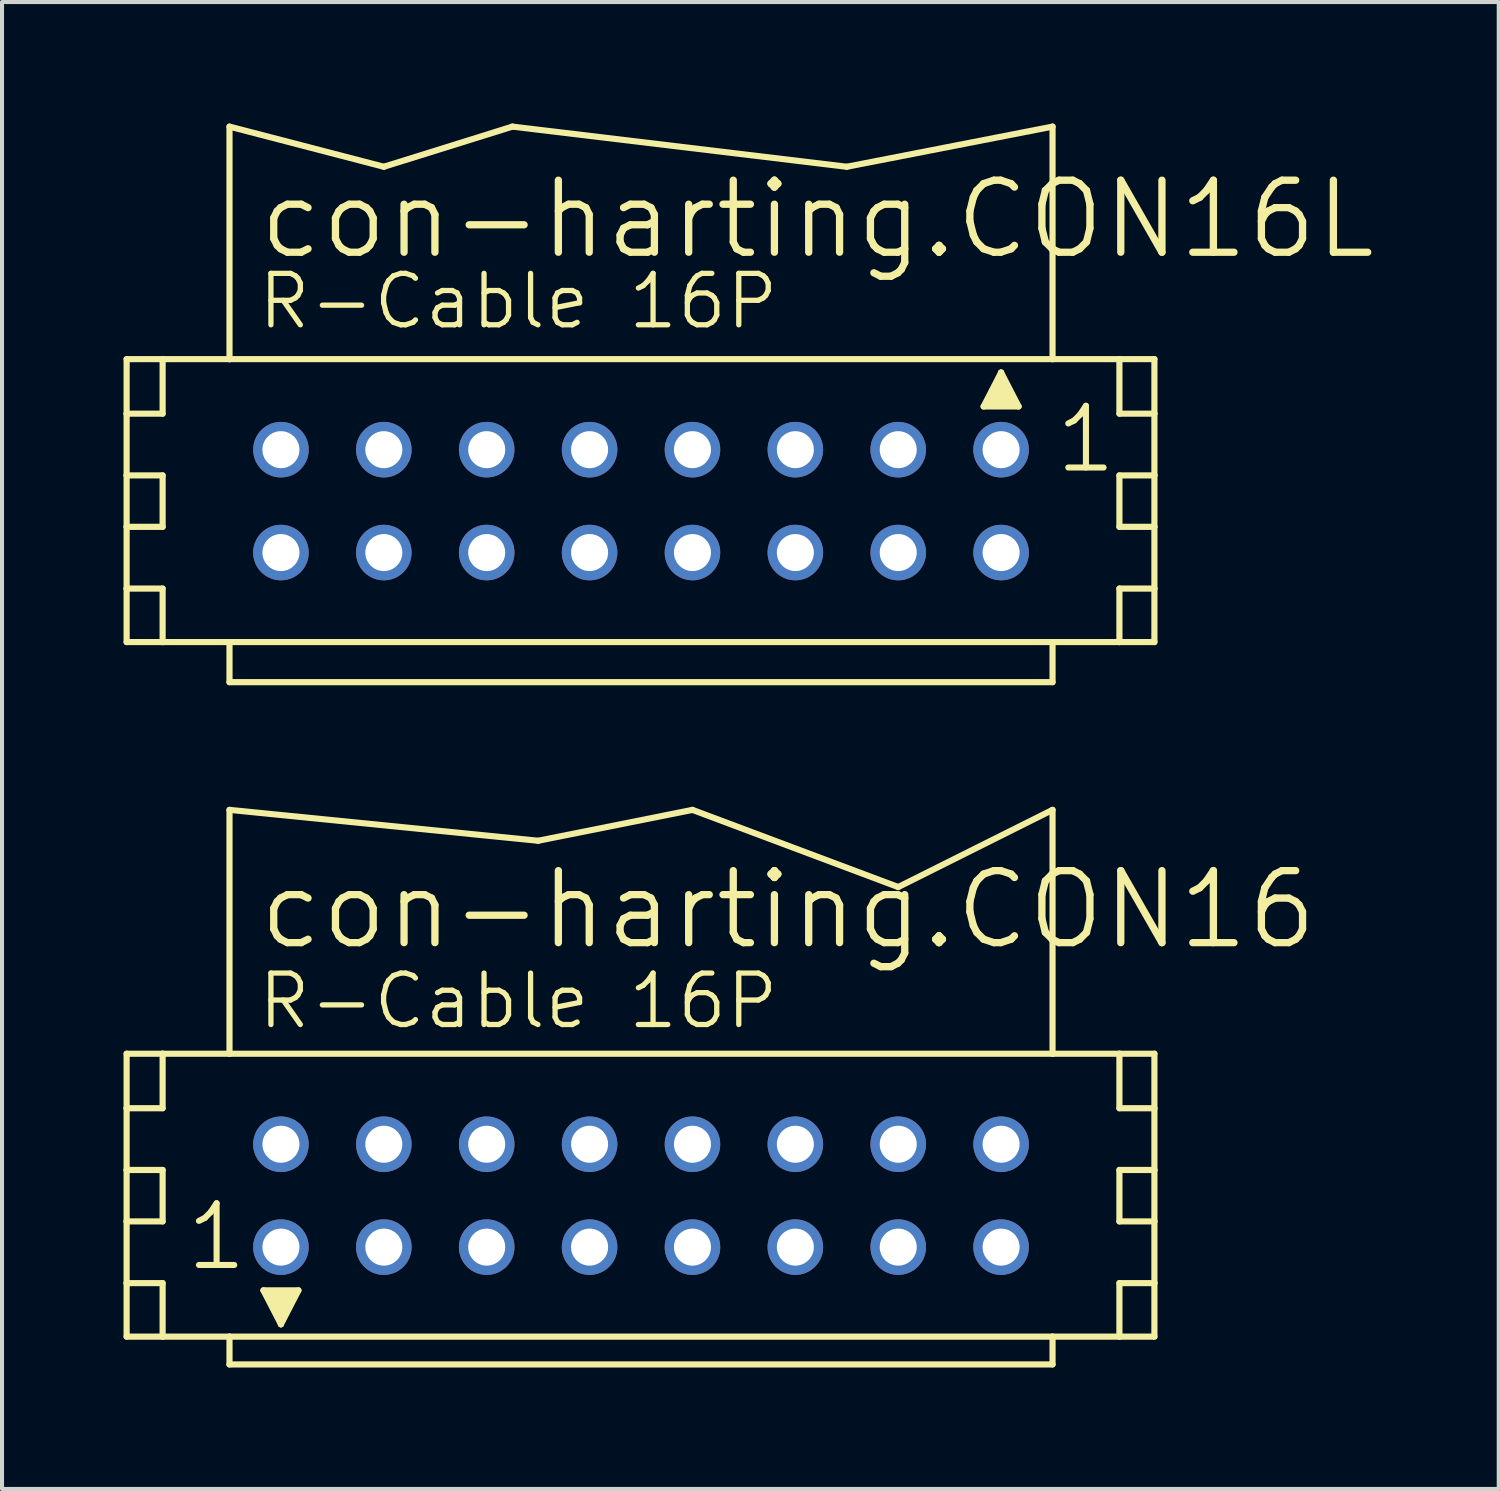
<source format=kicad_pcb>
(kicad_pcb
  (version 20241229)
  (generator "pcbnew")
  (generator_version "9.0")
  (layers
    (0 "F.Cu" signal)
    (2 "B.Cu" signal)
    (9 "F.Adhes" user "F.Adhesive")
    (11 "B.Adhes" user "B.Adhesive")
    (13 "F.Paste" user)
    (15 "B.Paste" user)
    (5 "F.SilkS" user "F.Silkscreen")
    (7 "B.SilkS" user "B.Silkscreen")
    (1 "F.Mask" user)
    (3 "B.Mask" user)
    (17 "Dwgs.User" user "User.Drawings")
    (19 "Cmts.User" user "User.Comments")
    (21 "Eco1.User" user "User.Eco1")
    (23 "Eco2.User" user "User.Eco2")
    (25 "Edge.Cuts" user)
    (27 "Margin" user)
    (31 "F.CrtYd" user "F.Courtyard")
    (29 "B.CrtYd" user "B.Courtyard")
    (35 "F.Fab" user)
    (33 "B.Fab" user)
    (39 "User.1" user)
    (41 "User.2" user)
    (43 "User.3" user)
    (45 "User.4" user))
  (footprint "con-harting.CON16"
    (layer "F.Cu")
    (at 12.776 26.47)
    (property "Reference" "con-harting.CON16" (at -9.525 -6.02 0) (layer "F.SilkS") (effects (font (size 1.778 1.778) (thickness 0.18)) (justify left bottom)))
    (attr through_hole)
    (fp_line (start -12.7 -3.505) (end -12.7 -2.159) (stroke (width 0.152) (type default)) (layer "F.SilkS"))
    (fp_line (start -12.7 -2.159) (end -12.7 -0.635) (stroke (width 0.152) (type default)) (layer "F.SilkS"))
    (fp_line (start -12.7 -2.159) (end -11.811 -2.159) (stroke (width 0.152) (type default)) (layer "F.SilkS"))
    (fp_line (start -12.7 -0.635) (end -12.7 0.635) (stroke (width 0.152) (type default)) (layer "F.SilkS"))
    (fp_line (start -12.7 -0.635) (end -11.811 -0.635) (stroke (width 0.152) (type default)) (layer "F.SilkS"))
    (fp_line (start -12.7 0.635) (end -12.7 2.159) (stroke (width 0.152) (type default)) (layer "F.SilkS"))
    (fp_line (start -12.7 0.635) (end -11.811 0.635) (stroke (width 0.152) (type default)) (layer "F.SilkS"))
    (fp_line (start -12.7 2.159) (end -12.7 3.48) (stroke (width 0.152) (type default)) (layer "F.SilkS"))
    (fp_line (start -12.7 2.159) (end -11.811 2.159) (stroke (width 0.152) (type default)) (layer "F.SilkS"))
    (fp_line (start -12.7 3.48) (end -11.811 3.48) (stroke (width 0.152) (type default)) (layer "F.SilkS"))
    (fp_line (start -11.811 -3.505) (end -12.7 -3.505) (stroke (width 0.152) (type default)) (layer "F.SilkS"))
    (fp_line (start -11.811 -3.505) (end -11.811 -2.159) (stroke (width 0.152) (type default)) (layer "F.SilkS"))
    (fp_line (start -11.811 -0.635) (end -11.811 0.635) (stroke (width 0.152) (type default)) (layer "F.SilkS"))
    (fp_line (start -11.811 2.159) (end -11.811 3.48) (stroke (width 0.152) (type default)) (layer "F.SilkS"))
    (fp_line (start -11.811 3.48) (end -10.16 3.48) (stroke (width 0.152) (type default)) (layer "F.SilkS"))
    (fp_line (start -10.16 -9.525) (end -2.54 -8.763) (stroke (width 0.152) (type default)) (layer "F.SilkS"))
    (fp_line (start -10.16 -3.505) (end -11.811 -3.505) (stroke (width 0.152) (type default)) (layer "F.SilkS"))
    (fp_line (start -10.16 -3.505) (end -10.16 -9.525) (stroke (width 0.152) (type default)) (layer "F.SilkS"))
    (fp_line (start -10.16 3.48) (end -10.16 4.166) (stroke (width 0.152) (type default)) (layer "F.SilkS"))
    (fp_line (start -10.16 3.48) (end 10.16 3.48) (stroke (width 0.152) (type default)) (layer "F.SilkS"))
    (fp_line (start -9.322 2.337) (end -8.458 2.337) (stroke (width 0.152) (type default)) (layer "F.SilkS"))
    (fp_line (start -8.89 3.175) (end -9.322 2.337) (stroke (width 0.152) (type default)) (layer "F.SilkS"))
    (fp_line (start -8.89 3.175) (end -8.89 2.921) (stroke (width 0.152) (type default)) (layer "F.SilkS"))
    (fp_line (start -8.458 2.337) (end -8.89 3.175) (stroke (width 0.152) (type default)) (layer "F.SilkS"))
    (fp_line (start -2.54 -8.763) (end 1.27 -9.525) (stroke (width 0.152) (type default)) (layer "F.SilkS"))
    (fp_line (start 1.27 -9.525) (end 6.35 -7.62) (stroke (width 0.152) (type default)) (layer "F.SilkS"))
    (fp_line (start 6.35 -7.62) (end 10.16 -9.525) (stroke (width 0.152) (type default)) (layer "F.SilkS"))
    (fp_line (start 10.16 -3.505) (end -10.16 -3.505) (stroke (width 0.152) (type default)) (layer "F.SilkS"))
    (fp_line (start 10.16 -3.505) (end 10.16 -9.525) (stroke (width 0.152) (type default)) (layer "F.SilkS"))
    (fp_line (start 10.16 3.48) (end 10.16 4.166) (stroke (width 0.152) (type default)) (layer "F.SilkS"))
    (fp_line (start 10.16 3.48) (end 11.811 3.48) (stroke (width 0.152) (type default)) (layer "F.SilkS"))
    (fp_line (start 10.16 4.166) (end -10.16 4.166) (stroke (width 0.152) (type default)) (layer "F.SilkS"))
    (fp_line (start 11.811 -3.505) (end 10.16 -3.505) (stroke (width 0.152) (type default)) (layer "F.SilkS"))
    (fp_line (start 11.811 -3.505) (end 11.811 -2.159) (stroke (width 0.152) (type default)) (layer "F.SilkS"))
    (fp_line (start 11.811 -2.159) (end 12.675 -2.159) (stroke (width 0.152) (type default)) (layer "F.SilkS"))
    (fp_line (start 11.811 -0.635) (end 11.811 0.635) (stroke (width 0.152) (type default)) (layer "F.SilkS"))
    (fp_line (start 11.811 -0.635) (end 12.675 -0.635) (stroke (width 0.152) (type default)) (layer "F.SilkS"))
    (fp_line (start 11.811 0.635) (end 12.675 0.635) (stroke (width 0.152) (type default)) (layer "F.SilkS"))
    (fp_line (start 11.811 2.159) (end 11.811 3.48) (stroke (width 0.152) (type default)) (layer "F.SilkS"))
    (fp_line (start 11.811 2.159) (end 12.675 2.159) (stroke (width 0.152) (type default)) (layer "F.SilkS"))
    (fp_line (start 11.811 3.48) (end 12.675 3.48) (stroke (width 0.152) (type default)) (layer "F.SilkS"))
    (fp_line (start 12.675 -3.505) (end 11.811 -3.505) (stroke (width 0.152) (type default)) (layer "F.SilkS"))
    (fp_line (start 12.675 -2.159) (end 12.675 -3.505) (stroke (width 0.152) (type default)) (layer "F.SilkS"))
    (fp_line (start 12.675 -0.635) (end 12.675 -2.159) (stroke (width 0.152) (type default)) (layer "F.SilkS"))
    (fp_line (start 12.675 0.635) (end 12.675 -0.635) (stroke (width 0.152) (type default)) (layer "F.SilkS"))
    (fp_line (start 12.675 2.159) (end 12.675 0.635) (stroke (width 0.152) (type default)) (layer "F.SilkS"))
    (fp_line (start 12.675 3.48) (end 12.675 2.159) (stroke (width 0.152) (type default)) (layer "F.SilkS"))
    (fp_rect (start -9.271 2.515) (end -8.89 2.388) (stroke (width 0.05) (type default)) (fill yes) (layer "F.SilkS"))
    (fp_rect (start -9.144 2.769) (end -8.636 2.515) (stroke (width 0.05) (type default)) (fill yes) (layer "F.SilkS"))
    (fp_rect (start -9.017 2.972) (end -8.763 2.718) (stroke (width 0.05) (type default)) (fill yes) (layer "F.SilkS"))
    (fp_rect (start -8.89 2.515) (end -8.509 2.388) (stroke (width 0.05) (type default)) (fill yes) (layer "F.SilkS"))
    (fp_text user "1" (at -11.303 1.905 0) (layer "F.SilkS") (effects (font (size 1.524 1.524) (thickness 0.15)) (justify left bottom)))
    (fp_text user "R-Cable 16P" (at -9.525 -4.064 0) (layer "F.SilkS") (effects (font (size 1.27 1.27) (thickness 0.13)) (justify left bottom)))
    (pad "1" thru_hole circle (at -8.89 1.27) (size 1.372 1.372) (drill 0.914) (layers "*.Cu" "*.Mask"))
    (pad "2" thru_hole circle (at -8.89 -1.27) (size 1.372 1.372) (drill 0.914) (layers "*.Cu" "*.Mask"))
    (pad "3" thru_hole circle (at -6.35 1.27) (size 1.372 1.372) (drill 0.914) (layers "*.Cu" "*.Mask"))
    (pad "4" thru_hole circle (at -6.35 -1.27) (size 1.372 1.372) (drill 0.914) (layers "*.Cu" "*.Mask"))
    (pad "5" thru_hole circle (at -3.81 1.27) (size 1.372 1.372) (drill 0.914) (layers "*.Cu" "*.Mask"))
    (pad "6" thru_hole circle (at -3.81 -1.27) (size 1.372 1.372) (drill 0.914) (layers "*.Cu" "*.Mask"))
    (pad "7" thru_hole circle (at -1.27 1.27) (size 1.372 1.372) (drill 0.914) (layers "*.Cu" "*.Mask"))
    (pad "8" thru_hole circle (at -1.27 -1.27) (size 1.372 1.372) (drill 0.914) (layers "*.Cu" "*.Mask"))
    (pad "9" thru_hole circle (at 1.27 1.27) (size 1.372 1.372) (drill 0.914) (layers "*.Cu" "*.Mask"))
    (pad "10" thru_hole circle (at 1.27 -1.27) (size 1.372 1.372) (drill 0.914) (layers "*.Cu" "*.Mask"))
    (pad "11" thru_hole circle (at 3.81 1.27) (size 1.372 1.372) (drill 0.914) (layers "*.Cu" "*.Mask"))
    (pad "12" thru_hole circle (at 3.81 -1.27) (size 1.372 1.372) (drill 0.914) (layers "*.Cu" "*.Mask"))
    (pad "13" thru_hole circle (at 6.35 1.27) (size 1.372 1.372) (drill 0.914) (layers "*.Cu" "*.Mask"))
    (pad "14" thru_hole circle (at 6.35 -1.27) (size 1.372 1.372) (drill 0.914) (layers "*.Cu" "*.Mask"))
    (pad "15" thru_hole circle (at 8.89 1.27) (size 1.372 1.372) (drill 0.914) (layers "*.Cu" "*.Mask"))
    (pad "16" thru_hole circle (at 8.89 -1.27) (size 1.372 1.372) (drill 0.914) (layers "*.Cu" "*.Mask")))
  (footprint "con-harting.CON16L"
    (layer "F.Cu")
    (at 12.776 9.322)
    (property "Reference" "con-harting.CON16L" (at -9.525 -5.918 0) (layer "F.SilkS") (effects (font (size 1.778 1.778) (thickness 0.18)) (justify left bottom)))
    (attr through_hole)
    (fp_line (start -12.7 -3.505) (end -12.7 -2.159) (stroke (width 0.152) (type default)) (layer "F.SilkS"))
    (fp_line (start -12.7 -2.159) (end -12.7 -0.635) (stroke (width 0.152) (type default)) (layer "F.SilkS"))
    (fp_line (start -12.7 -2.159) (end -11.811 -2.159) (stroke (width 0.152) (type default)) (layer "F.SilkS"))
    (fp_line (start -12.7 -0.635) (end -12.7 0.635) (stroke (width 0.152) (type default)) (layer "F.SilkS"))
    (fp_line (start -12.7 -0.635) (end -11.811 -0.635) (stroke (width 0.152) (type default)) (layer "F.SilkS"))
    (fp_line (start -12.7 0.635) (end -12.7 2.159) (stroke (width 0.152) (type default)) (layer "F.SilkS"))
    (fp_line (start -12.7 0.635) (end -11.811 0.635) (stroke (width 0.152) (type default)) (layer "F.SilkS"))
    (fp_line (start -12.7 2.159) (end -12.7 3.48) (stroke (width 0.152) (type default)) (layer "F.SilkS"))
    (fp_line (start -12.7 2.159) (end -11.811 2.159) (stroke (width 0.152) (type default)) (layer "F.SilkS"))
    (fp_line (start -12.7 3.48) (end -11.811 3.48) (stroke (width 0.152) (type default)) (layer "F.SilkS"))
    (fp_line (start -11.811 -3.505) (end -12.7 -3.505) (stroke (width 0.152) (type default)) (layer "F.SilkS"))
    (fp_line (start -11.811 -3.505) (end -11.811 -2.159) (stroke (width 0.152) (type default)) (layer "F.SilkS"))
    (fp_line (start -11.811 -0.635) (end -11.811 0.635) (stroke (width 0.152) (type default)) (layer "F.SilkS"))
    (fp_line (start -11.811 2.159) (end -11.811 3.48) (stroke (width 0.152) (type default)) (layer "F.SilkS"))
    (fp_line (start -11.811 3.48) (end -10.16 3.48) (stroke (width 0.152) (type default)) (layer "F.SilkS"))
    (fp_line (start -10.16 -3.505) (end -11.811 -3.505) (stroke (width 0.152) (type default)) (layer "F.SilkS"))
    (fp_line (start -10.16 -3.505) (end -10.16 -9.246) (stroke (width 0.152) (type default)) (layer "F.SilkS"))
    (fp_line (start -10.16 3.48) (end -10.16 4.47) (stroke (width 0.152) (type default)) (layer "F.SilkS"))
    (fp_line (start -10.16 3.48) (end 10.16 3.48) (stroke (width 0.152) (type default)) (layer "F.SilkS"))
    (fp_line (start -6.35 -8.255) (end -10.16 -9.246) (stroke (width 0.152) (type default)) (layer "F.SilkS"))
    (fp_line (start -6.35 -8.255) (end -3.175 -9.246) (stroke (width 0.152) (type default)) (layer "F.SilkS"))
    (fp_line (start 5.08 -8.255) (end -3.175 -9.246) (stroke (width 0.152) (type default)) (layer "F.SilkS"))
    (fp_line (start 5.08 -8.255) (end 10.16 -9.246) (stroke (width 0.152) (type default)) (layer "F.SilkS"))
    (fp_line (start 8.458 -2.337) (end 8.89 -3.175) (stroke (width 0.152) (type default)) (layer "F.SilkS"))
    (fp_line (start 8.89 -3.175) (end 8.89 -2.921) (stroke (width 0.152) (type default)) (layer "F.SilkS"))
    (fp_line (start 8.89 -3.175) (end 9.322 -2.337) (stroke (width 0.152) (type default)) (layer "F.SilkS"))
    (fp_line (start 9.322 -2.337) (end 8.458 -2.337) (stroke (width 0.152) (type default)) (layer "F.SilkS"))
    (fp_line (start 10.16 -3.505) (end -10.16 -3.505) (stroke (width 0.152) (type default)) (layer "F.SilkS"))
    (fp_line (start 10.16 -3.505) (end 10.16 -9.246) (stroke (width 0.152) (type default)) (layer "F.SilkS"))
    (fp_line (start 10.16 3.48) (end 10.16 4.47) (stroke (width 0.152) (type default)) (layer "F.SilkS"))
    (fp_line (start 10.16 3.48) (end 11.811 3.48) (stroke (width 0.152) (type default)) (layer "F.SilkS"))
    (fp_line (start 10.16 4.47) (end -10.16 4.47) (stroke (width 0.152) (type default)) (layer "F.SilkS"))
    (fp_line (start 11.811 -3.505) (end 10.16 -3.505) (stroke (width 0.152) (type default)) (layer "F.SilkS"))
    (fp_line (start 11.811 -3.505) (end 11.811 -2.159) (stroke (width 0.152) (type default)) (layer "F.SilkS"))
    (fp_line (start 11.811 -2.159) (end 12.675 -2.159) (stroke (width 0.152) (type default)) (layer "F.SilkS"))
    (fp_line (start 11.811 -0.635) (end 11.811 0.635) (stroke (width 0.152) (type default)) (layer "F.SilkS"))
    (fp_line (start 11.811 -0.635) (end 12.675 -0.635) (stroke (width 0.152) (type default)) (layer "F.SilkS"))
    (fp_line (start 11.811 0.635) (end 12.675 0.635) (stroke (width 0.152) (type default)) (layer "F.SilkS"))
    (fp_line (start 11.811 2.159) (end 11.811 3.48) (stroke (width 0.152) (type default)) (layer "F.SilkS"))
    (fp_line (start 11.811 2.159) (end 12.675 2.159) (stroke (width 0.152) (type default)) (layer "F.SilkS"))
    (fp_line (start 11.811 3.48) (end 12.675 3.48) (stroke (width 0.152) (type default)) (layer "F.SilkS"))
    (fp_line (start 12.675 -3.505) (end 11.811 -3.505) (stroke (width 0.152) (type default)) (layer "F.SilkS"))
    (fp_line (start 12.675 -2.159) (end 12.675 -3.505) (stroke (width 0.152) (type default)) (layer "F.SilkS"))
    (fp_line (start 12.675 -0.635) (end 12.675 -2.159) (stroke (width 0.152) (type default)) (layer "F.SilkS"))
    (fp_line (start 12.675 0.635) (end 12.675 -0.635) (stroke (width 0.152) (type default)) (layer "F.SilkS"))
    (fp_line (start 12.675 2.159) (end 12.675 0.635) (stroke (width 0.152) (type default)) (layer "F.SilkS"))
    (fp_line (start 12.675 3.48) (end 12.675 2.159) (stroke (width 0.152) (type default)) (layer "F.SilkS"))
    (fp_rect (start 8.509 -2.388) (end 8.89 -2.515) (stroke (width 0.05) (type default)) (fill yes) (layer "F.SilkS"))
    (fp_rect (start 8.636 -2.515) (end 9.144 -2.769) (stroke (width 0.05) (type default)) (fill yes) (layer "F.SilkS"))
    (fp_rect (start 8.763 -2.718) (end 9.017 -2.972) (stroke (width 0.05) (type default)) (fill yes) (layer "F.SilkS"))
    (fp_rect (start 8.89 -2.388) (end 9.271 -2.515) (stroke (width 0.05) (type default)) (fill yes) (layer "F.SilkS"))
    (fp_text user "R-Cable 16P" (at -9.525 -4.191 0) (layer "F.SilkS") (effects (font (size 1.27 1.27) (thickness 0.13)) (justify left bottom)))
    (fp_text user "1" (at 10.16 -0.635 0) (layer "F.SilkS") (effects (font (size 1.524 1.524) (thickness 0.15)) (justify left bottom)))
    (pad "1" thru_hole circle (at 8.89 -1.27) (size 1.372 1.372) (drill 0.914) (layers "*.Cu" "*.Mask"))
    (pad "2" thru_hole circle (at 8.89 1.27) (size 1.372 1.372) (drill 0.914) (layers "*.Cu" "*.Mask"))
    (pad "3" thru_hole circle (at 6.35 -1.27) (size 1.372 1.372) (drill 0.914) (layers "*.Cu" "*.Mask"))
    (pad "4" thru_hole circle (at 6.35 1.27) (size 1.372 1.372) (drill 0.914) (layers "*.Cu" "*.Mask"))
    (pad "5" thru_hole circle (at 3.81 -1.27) (size 1.372 1.372) (drill 0.914) (layers "*.Cu" "*.Mask"))
    (pad "6" thru_hole circle (at 3.81 1.27) (size 1.372 1.372) (drill 0.914) (layers "*.Cu" "*.Mask"))
    (pad "7" thru_hole circle (at 1.27 -1.27) (size 1.372 1.372) (drill 0.914) (layers "*.Cu" "*.Mask"))
    (pad "8" thru_hole circle (at 1.27 1.27) (size 1.372 1.372) (drill 0.914) (layers "*.Cu" "*.Mask"))
    (pad "9" thru_hole circle (at -1.27 -1.27) (size 1.372 1.372) (drill 0.914) (layers "*.Cu" "*.Mask"))
    (pad "10" thru_hole circle (at -1.27 1.27) (size 1.372 1.372) (drill 0.914) (layers "*.Cu" "*.Mask"))
    (pad "11" thru_hole circle (at -3.81 -1.27) (size 1.372 1.372) (drill 0.914) (layers "*.Cu" "*.Mask"))
    (pad "12" thru_hole circle (at -3.81 1.27) (size 1.372 1.372) (drill 0.914) (layers "*.Cu" "*.Mask"))
    (pad "13" thru_hole circle (at -6.35 -1.27) (size 1.372 1.372) (drill 0.914) (layers "*.Cu" "*.Mask"))
    (pad "14" thru_hole circle (at -6.35 1.27) (size 1.372 1.372) (drill 0.914) (layers "*.Cu" "*.Mask"))
    (pad "15" thru_hole circle (at -8.89 -1.27) (size 1.372 1.372) (drill 0.914) (layers "*.Cu" "*.Mask"))
    (pad "16" thru_hole circle (at -8.89 1.27) (size 1.372 1.372) (drill 0.914) (layers "*.Cu" "*.Mask")))
  (gr_rect
    (start -3 -3)
    (end 33.952 33.711)
    (stroke (width 0.1) (type default))
    (fill no)
    (layer "Edge.Cuts")))
</source>
